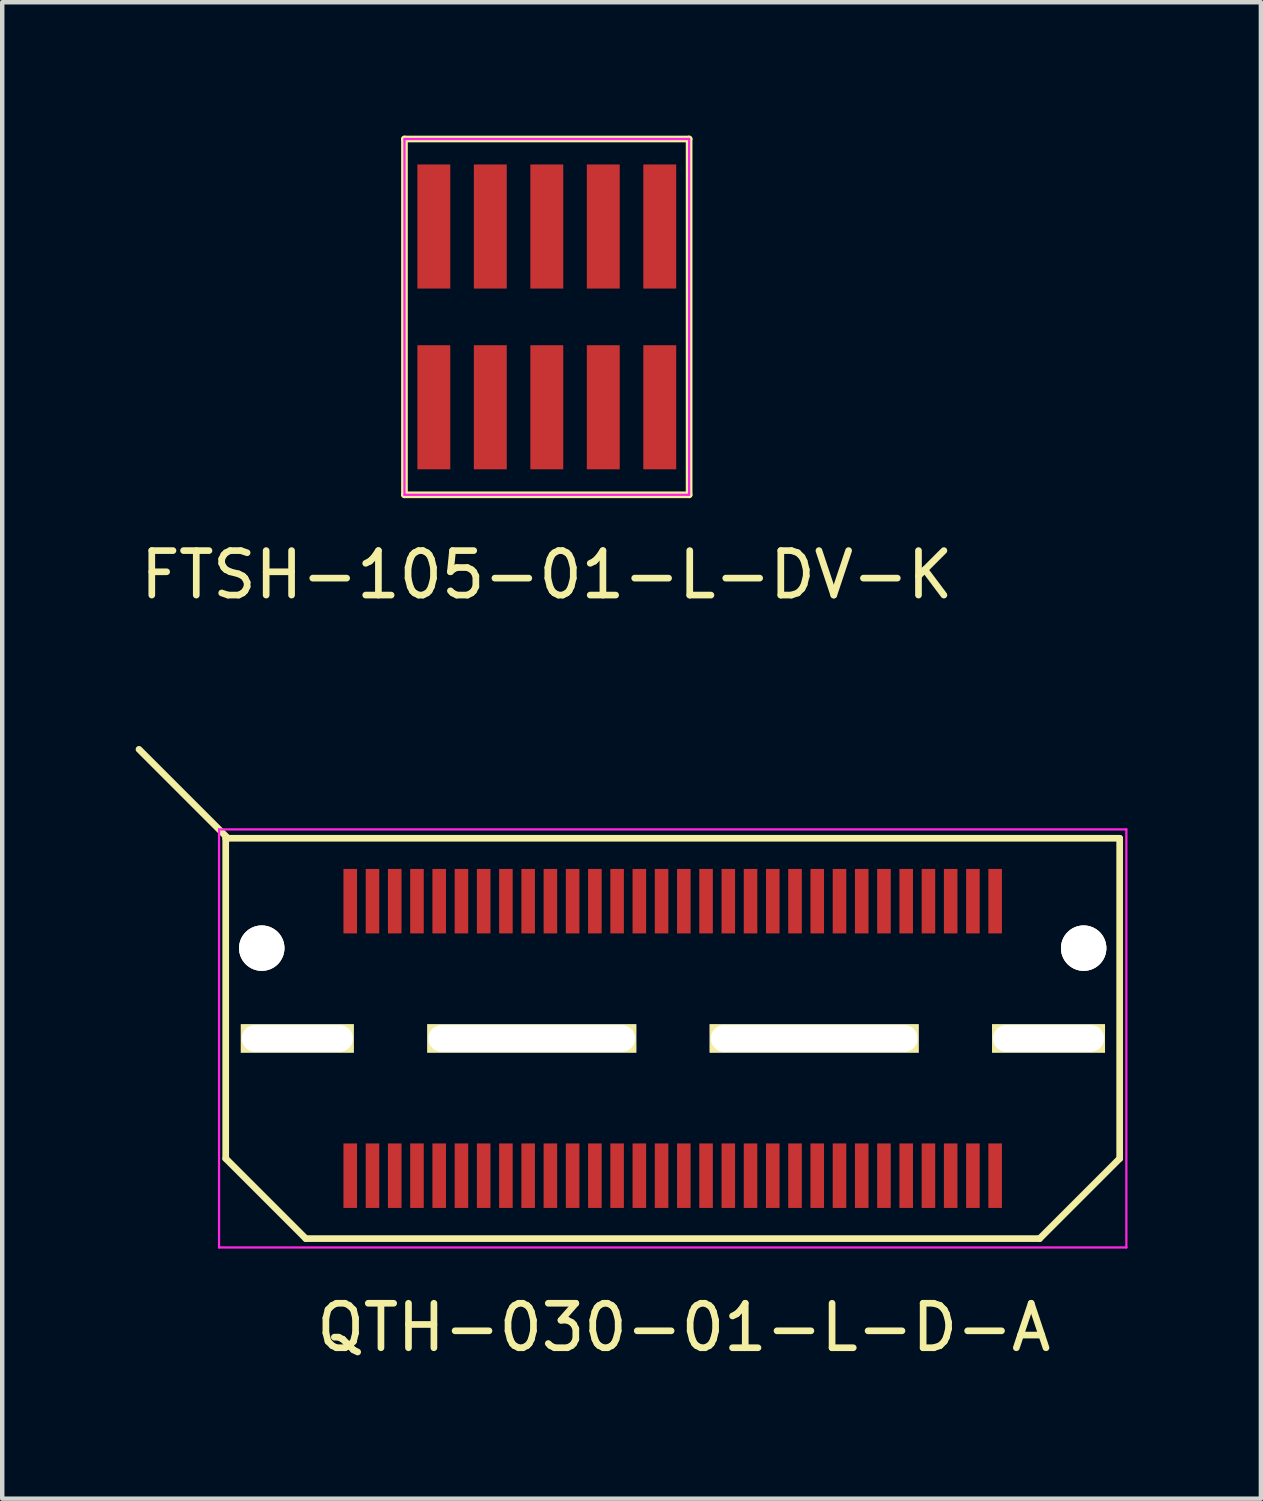
<source format=kicad_pcb>
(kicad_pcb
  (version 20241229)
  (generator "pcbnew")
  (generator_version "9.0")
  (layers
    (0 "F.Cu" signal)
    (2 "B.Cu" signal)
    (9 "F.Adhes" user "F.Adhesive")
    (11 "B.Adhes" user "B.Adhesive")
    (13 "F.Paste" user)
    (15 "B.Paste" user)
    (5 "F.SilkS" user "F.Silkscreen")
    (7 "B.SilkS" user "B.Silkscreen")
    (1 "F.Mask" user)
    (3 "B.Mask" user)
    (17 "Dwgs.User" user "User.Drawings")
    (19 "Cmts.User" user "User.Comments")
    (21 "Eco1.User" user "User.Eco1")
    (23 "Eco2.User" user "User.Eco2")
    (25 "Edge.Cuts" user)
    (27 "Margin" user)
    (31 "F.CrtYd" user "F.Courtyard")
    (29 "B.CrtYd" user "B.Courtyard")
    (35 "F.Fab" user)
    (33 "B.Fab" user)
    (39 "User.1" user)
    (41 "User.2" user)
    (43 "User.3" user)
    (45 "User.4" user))
  (footprint "QTH-030-01-L-D-A"
    (layer "F.Cu")
    (at 12.075 20.298)
    (property "Reference" "QTH-030-01-L-D-A" (at 0.25 6.5 0) (layer "F.SilkS") (effects (font (size 1 1) (thickness 0.15))))
    (attr smd)
    (fp_line (start -10.05 -4.5) (end 10.05 -4.5) (stroke (width 0.15) (type solid)) (layer "F.SilkS"))
    (fp_line (start -10.05 2.7) (end -10.05 -4.5) (stroke (width 0.15) (type solid)) (layer "F.SilkS"))
    (fp_line (start -10 -4.5) (end -12 -6.5) (stroke (width 0.15) (type solid)) (layer "F.SilkS"))
    (fp_line (start -8.25 4.5) (end -10.05 2.7) (stroke (width 0.15) (type solid)) (layer "F.SilkS"))
    (fp_line (start 8.25 4.5) (end -8.25 4.5) (stroke (width 0.15) (type solid)) (layer "F.SilkS"))
    (fp_line (start 8.25 4.5) (end 10.05 2.7) (stroke (width 0.15) (type solid)) (layer "F.SilkS"))
    (fp_line (start 10.05 2.7) (end 10.05 -4.5) (stroke (width 0.15) (type solid)) (layer "F.SilkS"))
    (fp_line (start -10.2 -4.7) (end 10.2 -4.7) (stroke (width 0.05) (type solid)) (layer "F.CrtYd"))
    (fp_line (start -10.2 4.7) (end -10.2 -4.7) (stroke (width 0.05) (type solid)) (layer "F.CrtYd"))
    (fp_line (start -10.2 4.7) (end 10.2 4.7) (stroke (width 0.05) (type solid)) (layer "F.CrtYd"))
    (fp_line (start 10.2 4.7) (end 10.2 -4.7) (stroke (width 0.05) (type solid)) (layer "F.CrtYd"))
    (pad "1" smd rect (at -7.25 -3.086) (size 0.305 1.45) (layers "F.Cu" "F.Mask" "F.Paste"))
    (pad "2" smd rect (at -7.25 3.086) (size 0.305 1.45) (layers "F.Cu" "F.Mask" "F.Paste"))
    (pad "3" smd rect (at -6.75 -3.086) (size 0.305 1.45) (layers "F.Cu" "F.Mask" "F.Paste"))
    (pad "4" smd rect (at -6.75 3.086) (size 0.305 1.45) (layers "F.Cu" "F.Mask" "F.Paste"))
    (pad "5" smd rect (at -6.25 -3.086) (size 0.305 1.45) (layers "F.Cu" "F.Mask" "F.Paste"))
    (pad "6" smd rect (at -6.25 3.086) (size 0.305 1.45) (layers "F.Cu" "F.Mask" "F.Paste"))
    (pad "7" smd rect (at -5.75 -3.086) (size 0.305 1.45) (layers "F.Cu" "F.Mask" "F.Paste"))
    (pad "8" smd rect (at -5.75 3.086) (size 0.305 1.45) (layers "F.Cu" "F.Mask" "F.Paste"))
    (pad "9" smd rect (at -5.25 -3.086) (size 0.305 1.45) (layers "F.Cu" "F.Mask" "F.Paste"))
    (pad "10" smd rect (at -5.25 3.086) (size 0.305 1.45) (layers "F.Cu" "F.Mask" "F.Paste"))
    (pad "11" smd rect (at -4.75 -3.086) (size 0.305 1.45) (layers "F.Cu" "F.Mask" "F.Paste"))
    (pad "12" smd rect (at -4.75 3.086) (size 0.305 1.45) (layers "F.Cu" "F.Mask" "F.Paste"))
    (pad "13" smd rect (at -4.25 -3.086) (size 0.305 1.45) (layers "F.Cu" "F.Mask" "F.Paste"))
    (pad "14" smd rect (at -4.25 3.086) (size 0.305 1.45) (layers "F.Cu" "F.Mask" "F.Paste"))
    (pad "15" smd rect (at -3.75 -3.086) (size 0.305 1.45) (layers "F.Cu" "F.Mask" "F.Paste"))
    (pad "16" smd rect (at -3.75 3.086) (size 0.305 1.45) (layers "F.Cu" "F.Mask" "F.Paste"))
    (pad "17" smd rect (at -3.25 -3.086) (size 0.305 1.45) (layers "F.Cu" "F.Mask" "F.Paste"))
    (pad "18" smd rect (at -3.25 3.086) (size 0.305 1.45) (layers "F.Cu" "F.Mask" "F.Paste"))
    (pad "19" smd rect (at -2.75 -3.086) (size 0.305 1.45) (layers "F.Cu" "F.Mask" "F.Paste"))
    (pad "20" smd rect (at -2.75 3.086) (size 0.305 1.45) (layers "F.Cu" "F.Mask" "F.Paste"))
    (pad "21" smd rect (at -2.25 -3.086) (size 0.305 1.45) (layers "F.Cu" "F.Mask" "F.Paste"))
    (pad "22" smd rect (at -2.25 3.086) (size 0.305 1.45) (layers "F.Cu" "F.Mask" "F.Paste"))
    (pad "23" smd rect (at -1.75 -3.086) (size 0.305 1.45) (layers "F.Cu" "F.Mask" "F.Paste"))
    (pad "24" smd rect (at -1.75 3.086) (size 0.305 1.45) (layers "F.Cu" "F.Mask" "F.Paste"))
    (pad "25" smd rect (at -1.25 -3.086) (size 0.305 1.45) (layers "F.Cu" "F.Mask" "F.Paste"))
    (pad "26" smd rect (at -1.25 3.086) (size 0.305 1.45) (layers "F.Cu" "F.Mask" "F.Paste"))
    (pad "27" smd rect (at -0.75 -3.086) (size 0.305 1.45) (layers "F.Cu" "F.Mask" "F.Paste"))
    (pad "28" smd rect (at -0.75 3.086) (size 0.305 1.45) (layers "F.Cu" "F.Mask" "F.Paste"))
    (pad "29" smd rect (at -0.25 -3.086) (size 0.305 1.45) (layers "F.Cu" "F.Mask" "F.Paste"))
    (pad "30" smd rect (at -0.25 3.086) (size 0.305 1.45) (layers "F.Cu" "F.Mask" "F.Paste"))
    (pad "31" smd rect (at 0.25 -3.086) (size 0.305 1.45) (layers "F.Cu" "F.Mask" "F.Paste"))
    (pad "32" smd rect (at 0.25 3.086) (size 0.305 1.45) (layers "F.Cu" "F.Mask" "F.Paste"))
    (pad "33" smd rect (at 0.75 -3.086) (size 0.305 1.45) (layers "F.Cu" "F.Mask" "F.Paste"))
    (pad "34" smd rect (at 0.75 3.086) (size 0.305 1.45) (layers "F.Cu" "F.Mask" "F.Paste"))
    (pad "35" smd rect (at 1.25 -3.086) (size 0.305 1.45) (layers "F.Cu" "F.Mask" "F.Paste"))
    (pad "36" smd rect (at 1.25 3.086) (size 0.305 1.45) (layers "F.Cu" "F.Mask" "F.Paste"))
    (pad "37" smd rect (at 1.75 -3.086) (size 0.305 1.45) (layers "F.Cu" "F.Mask" "F.Paste"))
    (pad "38" smd rect (at 1.75 3.086) (size 0.305 1.45) (layers "F.Cu" "F.Mask" "F.Paste"))
    (pad "39" smd rect (at 2.25 -3.086) (size 0.305 1.45) (layers "F.Cu" "F.Mask" "F.Paste"))
    (pad "40" smd rect (at 2.25 3.086) (size 0.305 1.45) (layers "F.Cu" "F.Mask" "F.Paste"))
    (pad "41" smd rect (at 2.75 -3.086) (size 0.305 1.45) (layers "F.Cu" "F.Mask" "F.Paste"))
    (pad "42" smd rect (at 2.75 3.086) (size 0.305 1.45) (layers "F.Cu" "F.Mask" "F.Paste"))
    (pad "43" smd rect (at 3.25 -3.086) (size 0.305 1.45) (layers "F.Cu" "F.Mask" "F.Paste"))
    (pad "44" smd rect (at 3.25 3.086) (size 0.305 1.45) (layers "F.Cu" "F.Mask" "F.Paste"))
    (pad "45" smd rect (at 3.75 -3.086) (size 0.305 1.45) (layers "F.Cu" "F.Mask" "F.Paste"))
    (pad "46" smd rect (at 3.75 3.086) (size 0.305 1.45) (layers "F.Cu" "F.Mask" "F.Paste"))
    (pad "47" smd rect (at 4.25 -3.086) (size 0.305 1.45) (layers "F.Cu" "F.Mask" "F.Paste"))
    (pad "48" smd rect (at 4.25 3.086) (size 0.305 1.45) (layers "F.Cu" "F.Mask" "F.Paste"))
    (pad "49" smd rect (at 4.75 -3.086) (size 0.305 1.45) (layers "F.Cu" "F.Mask" "F.Paste"))
    (pad "50" smd rect (at 4.75 3.086) (size 0.305 1.45) (layers "F.Cu" "F.Mask" "F.Paste"))
    (pad "51" smd rect (at 5.25 -3.086) (size 0.305 1.45) (layers "F.Cu" "F.Mask" "F.Paste"))
    (pad "52" smd rect (at 5.25 3.086) (size 0.305 1.45) (layers "F.Cu" "F.Mask" "F.Paste"))
    (pad "53" smd rect (at 5.75 -3.086) (size 0.305 1.45) (layers "F.Cu" "F.Mask" "F.Paste"))
    (pad "54" smd rect (at 5.75 3.086) (size 0.305 1.45) (layers "F.Cu" "F.Mask" "F.Paste"))
    (pad "55" smd rect (at 6.25 -3.086) (size 0.305 1.45) (layers "F.Cu" "F.Mask" "F.Paste"))
    (pad "56" smd rect (at 6.25 3.086) (size 0.305 1.45) (layers "F.Cu" "F.Mask" "F.Paste"))
    (pad "57" smd rect (at 6.75 -3.086) (size 0.305 1.45) (layers "F.Cu" "F.Mask" "F.Paste"))
    (pad "58" smd rect (at 6.75 3.086) (size 0.305 1.45) (layers "F.Cu" "F.Mask" "F.Paste"))
    (pad "59" smd rect (at 7.25 -3.086) (size 0.305 1.45) (layers "F.Cu" "F.Mask" "F.Paste"))
    (pad "60" smd rect (at 7.25 3.086) (size 0.305 1.45) (layers "F.Cu" "F.Mask" "F.Paste"))
    (pad "GND" thru_hole circle (at -9.24 -2.03) (size 1.02 1.02) (drill 1.02) (layers "*.Cu" "*.Mask" "F.SilkS"))
    (pad "GND" thru_hole rect (at -8.44 0) (size 2.54 0.64) (drill oval 2.5 0.6) (layers "*.Cu" "*.Mask" "F.SilkS"))
    (pad "GND" thru_hole rect (at -3.169 0) (size 4.7 0.64) (drill oval 4.65 0.6) (layers "*.Cu" "*.Mask" "F.SilkS"))
    (pad "GND" thru_hole rect (at 3.181 0) (size 4.7 0.64) (drill oval 4.65 0.6) (layers "*.Cu" "*.Mask" "F.SilkS"))
    (pad "GND" thru_hole rect (at 8.45 0) (size 2.54 0.64) (drill oval 2.5 0.6) (layers "*.Cu" "*.Mask" "F.SilkS"))
    (pad "GND" thru_hole circle (at 9.24 -2.03) (size 1.02 1.02) (drill 1.02) (layers "*.Cu" "*.Mask" "F.SilkS")))
  (footprint "FTSH-105-01-L-DV-K"
    (layer "F.Cu")
    (at 9.244 4.075)
    (property "Reference" "FTSH-105-01-L-DV-K" (at 0 5.8 0) (layer "F.SilkS") (effects (font (size 1 1) (thickness 0.15))))
    (attr through_hole)
    (fp_line (start -3.2 -4) (end -3.2 4) (stroke (width 0.15) (type solid)) (layer "F.SilkS"))
    (fp_line (start 3.2 -4) (end -3.2 -4) (stroke (width 0.15) (type solid)) (layer "F.SilkS"))
    (fp_line (start 3.2 -4) (end 3.2 4) (stroke (width 0.15) (type solid)) (layer "F.SilkS"))
    (fp_line (start 3.2 4) (end -3.2 4) (stroke (width 0.15) (type solid)) (layer "F.SilkS"))
    (fp_line (start -3.2 -4) (end -3.2 4) (stroke (width 0.05) (type solid)) (layer "F.CrtYd"))
    (fp_line (start 3.2 -4) (end -3.2 -4) (stroke (width 0.05) (type solid)) (layer "F.CrtYd"))
    (fp_line (start 3.2 -4) (end 3.2 4) (stroke (width 0.05) (type solid)) (layer "F.CrtYd"))
    (fp_line (start 3.2 4) (end -3.2 4) (stroke (width 0.05) (type solid)) (layer "F.CrtYd"))
    (pad "1" smd rect (at -2.54 2.032) (size 0.74 2.79) (layers "F.Cu" "F.Mask" "F.Paste"))
    (pad "2" smd rect (at -2.54 -2.032) (size 0.74 2.79) (layers "F.Cu" "F.Mask" "F.Paste"))
    (pad "3" smd rect (at -1.27 2.032) (size 0.74 2.79) (layers "F.Cu" "F.Mask" "F.Paste"))
    (pad "4" smd rect (at -1.27 -2.032) (size 0.74 2.79) (layers "F.Cu" "F.Mask" "F.Paste"))
    (pad "5" smd rect (at 0 2.032) (size 0.74 2.79) (layers "F.Cu" "F.Mask" "F.Paste"))
    (pad "6" smd rect (at 0 -2.032) (size 0.74 2.79) (layers "F.Cu" "F.Mask" "F.Paste"))
    (pad "7" smd rect (at 1.27 2.032) (size 0.74 2.79) (layers "F.Cu" "F.Mask" "F.Paste"))
    (pad "8" smd rect (at 1.27 -2.032) (size 0.74 2.79) (layers "F.Cu" "F.Mask" "F.Paste"))
    (pad "9" smd rect (at 2.54 2.032) (size 0.74 2.79) (layers "F.Cu" "F.Mask" "F.Paste"))
    (pad "10" smd rect (at 2.54 -2.032) (size 0.74 2.79) (layers "F.Cu" "F.Mask" "F.Paste")))
  (gr_rect
    (start -3 -3)
    (end 25.3 30.646)
    (stroke (width 0.1) (type default))
    (fill no)
    (layer "Edge.Cuts")))
</source>
